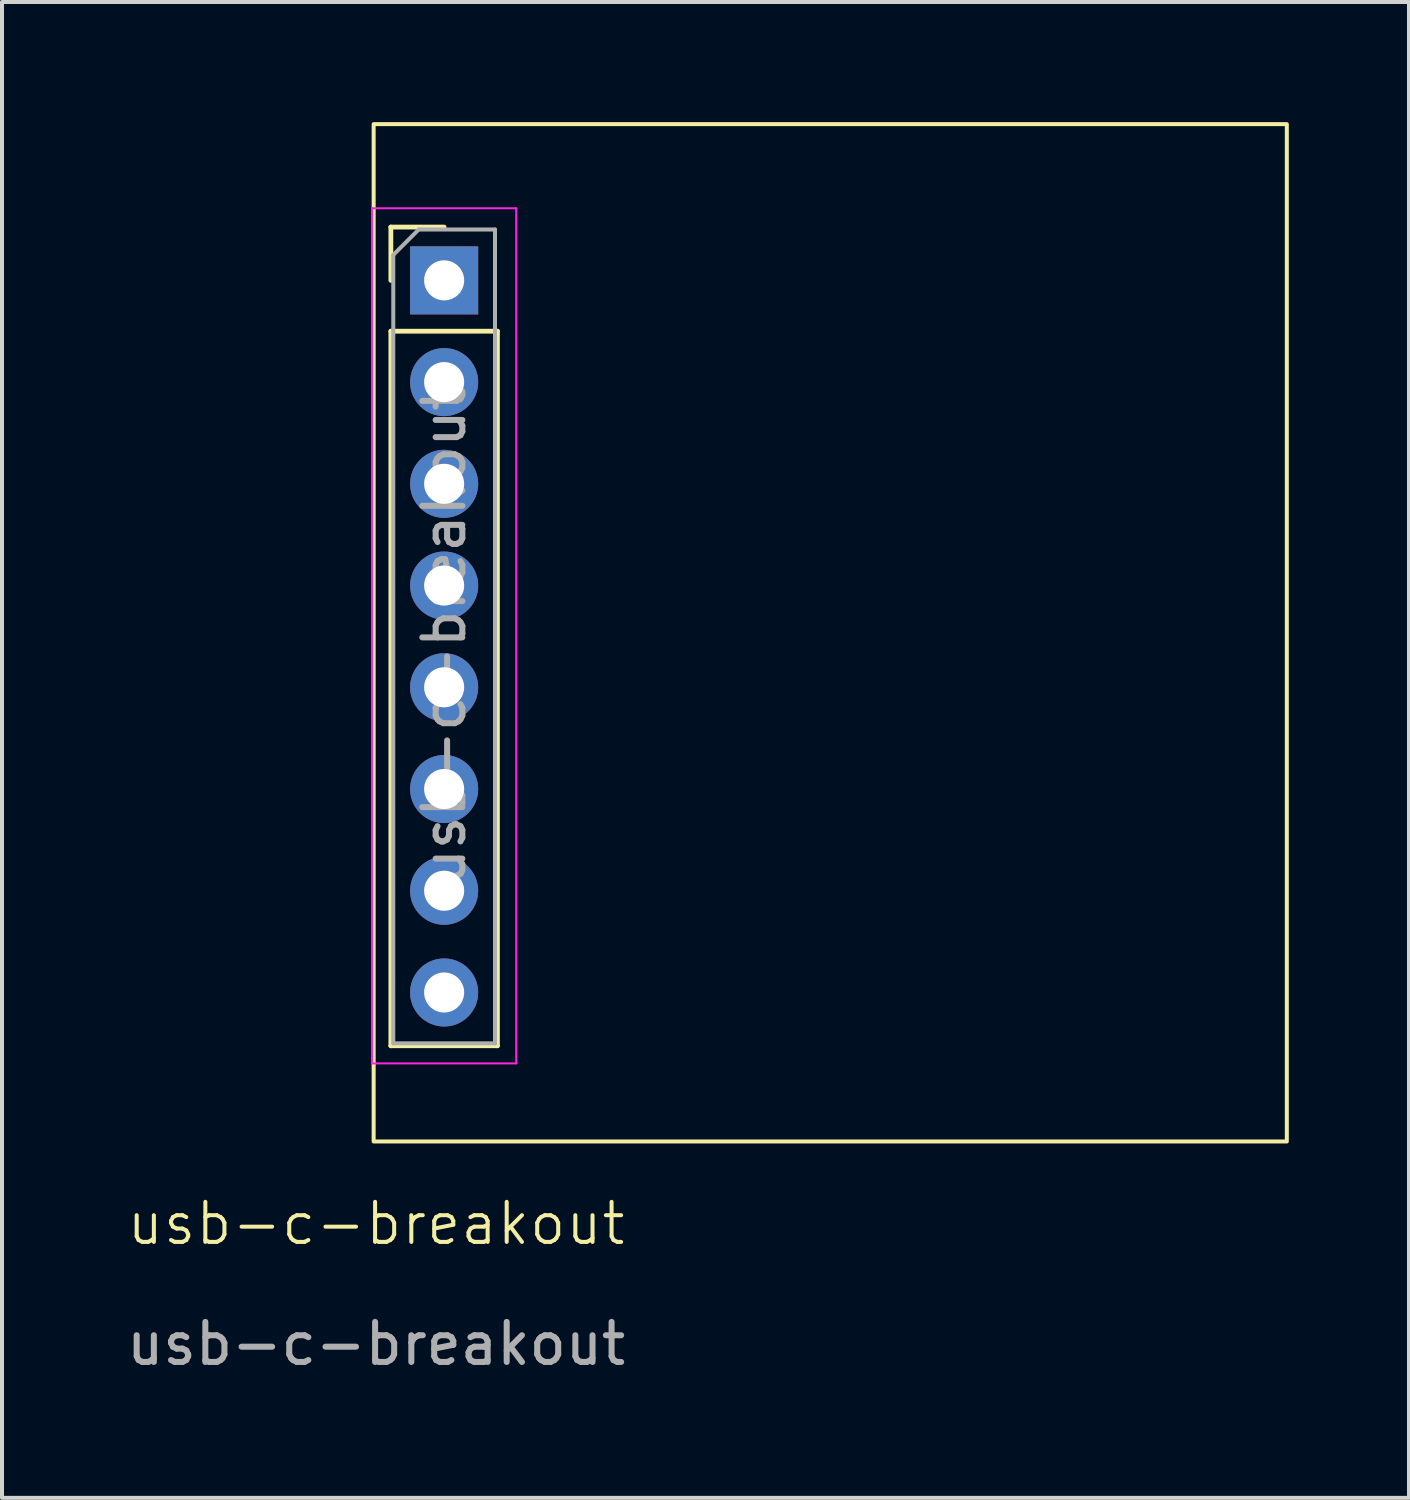
<source format=kicad_pcb>
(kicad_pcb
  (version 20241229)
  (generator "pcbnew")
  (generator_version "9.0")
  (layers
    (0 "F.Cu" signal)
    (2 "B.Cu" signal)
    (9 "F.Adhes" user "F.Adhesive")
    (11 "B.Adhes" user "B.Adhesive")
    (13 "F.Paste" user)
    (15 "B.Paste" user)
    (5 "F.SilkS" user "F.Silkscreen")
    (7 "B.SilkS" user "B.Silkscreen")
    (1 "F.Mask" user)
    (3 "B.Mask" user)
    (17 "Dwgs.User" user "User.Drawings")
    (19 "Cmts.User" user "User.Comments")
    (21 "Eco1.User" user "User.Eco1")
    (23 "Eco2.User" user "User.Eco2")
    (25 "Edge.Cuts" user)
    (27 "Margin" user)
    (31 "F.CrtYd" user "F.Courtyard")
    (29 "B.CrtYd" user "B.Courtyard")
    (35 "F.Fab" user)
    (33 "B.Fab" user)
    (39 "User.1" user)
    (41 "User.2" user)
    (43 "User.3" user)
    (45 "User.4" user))
  (footprint "usb-c-breakout"
    (layer "F.Cu")
    (at 6.339 28)
    (property "Reference" "usb-c-breakout" (at 0 -0.5 0) (unlocked yes) (layer "F.SilkS") (effects (font (size 1 1) (thickness 0.1))))
    (attr through_hole)
    (fp_line (start 0.37 -25.38) (end 1.7 -25.38) (stroke (width 0.12) (type solid)) (layer "F.SilkS"))
    (fp_line (start 0.37 -24.05) (end 0.37 -25.38) (stroke (width 0.12) (type solid)) (layer "F.SilkS"))
    (fp_line (start 0.37 -22.78) (end 0.37 -4.94) (stroke (width 0.12) (type solid)) (layer "F.SilkS"))
    (fp_line (start 0.37 -22.78) (end 3.03 -22.78) (stroke (width 0.12) (type solid)) (layer "F.SilkS"))
    (fp_line (start 0.37 -4.94) (end 3.03 -4.94) (stroke (width 0.12) (type solid)) (layer "F.SilkS"))
    (fp_line (start 3.03 -22.78) (end 3.03 -4.94) (stroke (width 0.12) (type solid)) (layer "F.SilkS"))
    (fp_rect (start -0.06 -27.95) (end 22.74 -2.55) (stroke (width 0.1) (type default)) (fill no) (layer "F.SilkS"))
    (fp_line (start -0.1 -25.85) (end -0.1 -4.5) (stroke (width 0.05) (type solid)) (layer "F.CrtYd"))
    (fp_line (start -0.1 -4.5) (end 3.5 -4.5) (stroke (width 0.05) (type solid)) (layer "F.CrtYd"))
    (fp_line (start 3.5 -25.85) (end -0.1 -25.85) (stroke (width 0.05) (type solid)) (layer "F.CrtYd"))
    (fp_line (start 3.5 -4.5) (end 3.5 -25.85) (stroke (width 0.05) (type solid)) (layer "F.CrtYd"))
    (fp_line (start 0.43 -24.685) (end 1.065 -25.32) (stroke (width 0.1) (type solid)) (layer "F.Fab"))
    (fp_line (start 0.43 -5) (end 0.43 -24.685) (stroke (width 0.1) (type solid)) (layer "F.Fab"))
    (fp_line (start 1.065 -25.32) (end 2.97 -25.32) (stroke (width 0.1) (type solid)) (layer "F.Fab"))
    (fp_line (start 2.97 -25.32) (end 2.97 -5) (stroke (width 0.1) (type solid)) (layer "F.Fab"))
    (fp_line (start 2.97 -5) (end 0.43 -5) (stroke (width 0.1) (type solid)) (layer "F.Fab"))
    (fp_text user "${REFERENCE}" (at 1.7 -15.16 90) (layer "F.Fab") (effects (font (size 1 1) (thickness 0.15))))
    (fp_text user "${REFERENCE}" (at 0 2.5 0) (unlocked yes) (layer "F.Fab") (effects (font (size 1 1) (thickness 0.15))))
    (pad "1" thru_hole rect (at 1.7 -24.05) (size 1.7 1.7) (drill 1) (layers "*.Cu" "*.Mask"))
    (pad "2" thru_hole oval (at 1.7 -21.51) (size 1.7 1.7) (drill 1) (layers "*.Cu" "*.Mask"))
    (pad "3" thru_hole oval (at 1.7 -18.97) (size 1.7 1.7) (drill 1) (layers "*.Cu" "*.Mask"))
    (pad "4" thru_hole oval (at 1.7 -16.43) (size 1.7 1.7) (drill 1) (layers "*.Cu" "*.Mask"))
    (pad "5" thru_hole oval (at 1.7 -13.89) (size 1.7 1.7) (drill 1) (layers "*.Cu" "*.Mask"))
    (pad "6" thru_hole oval (at 1.7 -11.35) (size 1.7 1.7) (drill 1) (layers "*.Cu" "*.Mask"))
    (pad "7" thru_hole oval (at 1.7 -8.81) (size 1.7 1.7) (drill 1) (layers "*.Cu" "*.Mask"))
    (pad "8" thru_hole oval (at 1.7 -6.27) (size 1.7 1.7) (drill 1) (layers "*.Cu" "*.Mask")))
  (gr_rect
    (start -3 -3)
    (end 32.129 34.348)
    (stroke (width 0.1) (type default))
    (fill no)
    (layer "Edge.Cuts")))
</source>
